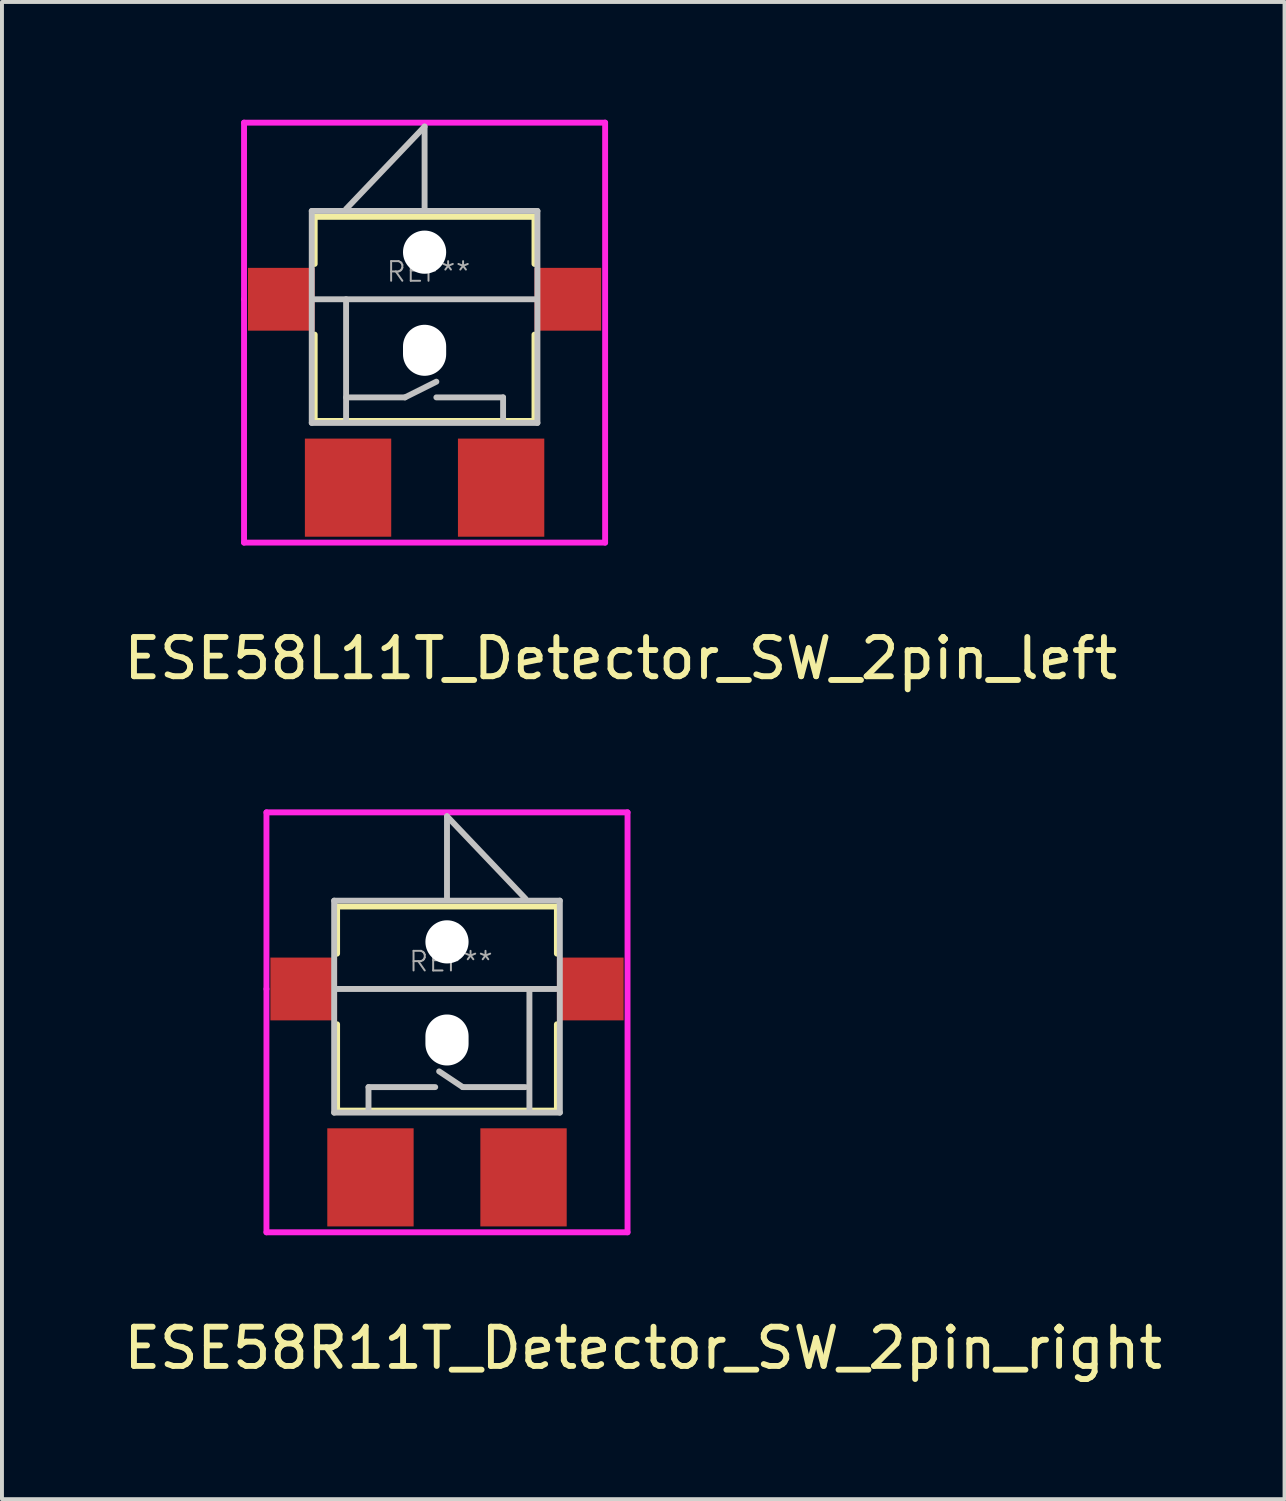
<source format=kicad_pcb>
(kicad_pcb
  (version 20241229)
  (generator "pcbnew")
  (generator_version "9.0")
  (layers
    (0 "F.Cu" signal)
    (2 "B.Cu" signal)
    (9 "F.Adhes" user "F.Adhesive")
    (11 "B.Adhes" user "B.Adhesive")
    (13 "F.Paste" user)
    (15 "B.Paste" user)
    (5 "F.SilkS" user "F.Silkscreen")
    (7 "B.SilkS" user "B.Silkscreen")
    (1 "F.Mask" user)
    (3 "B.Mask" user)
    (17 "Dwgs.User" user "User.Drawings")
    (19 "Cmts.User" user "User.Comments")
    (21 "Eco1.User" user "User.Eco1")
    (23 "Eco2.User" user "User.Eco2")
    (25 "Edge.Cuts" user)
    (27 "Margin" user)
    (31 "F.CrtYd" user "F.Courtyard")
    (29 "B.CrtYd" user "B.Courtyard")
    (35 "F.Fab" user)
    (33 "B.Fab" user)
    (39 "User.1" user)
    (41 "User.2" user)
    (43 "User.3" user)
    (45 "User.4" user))
  (footprint "ESE58R11T_Detector_SW_2pin_right"
    (layer "F.Cu")
    (at 8.339 22.148)
    (property "Reference" "ESE58R11T_Detector_SW_2pin_right" (at 5 9.15 0) (layer "F.SilkS") (effects (font (size 1 1) (thickness 0.15))))
    (attr smd)
    (fp_line (start -2.8 -2.1) (end 2.8 -2.1) (stroke (width 0.15) (type solid)) (layer "F.SilkS"))
    (fp_line (start -2.8 -0.9) (end -2.8 -2.1) (stroke (width 0.15) (type solid)) (layer "F.SilkS"))
    (fp_line (start -2.8 0.9) (end -2.8 3.1) (stroke (width 0.15) (type solid)) (layer "F.SilkS"))
    (fp_line (start -2.8 3.1) (end 2.8 3.1) (stroke (width 0.15) (type solid)) (layer "F.SilkS"))
    (fp_line (start 2.8 -0.9) (end 2.8 -2.1) (stroke (width 0.15) (type solid)) (layer "F.SilkS"))
    (fp_line (start 2.8 3.1) (end 2.8 0.9) (stroke (width 0.15) (type solid)) (layer "F.SilkS"))
    (fp_line (start -2.875 -2.25) (end 2.875 -2.25) (stroke (width 0.15) (type solid)) (layer "Dwgs.User"))
    (fp_line (start -2.875 3.15) (end -2.875 -2.25) (stroke (width 0.15) (type solid)) (layer "Dwgs.User"))
    (fp_line (start -2.8 0) (end 2.8 0) (stroke (width 0.15) (type solid)) (layer "Dwgs.User"))
    (fp_line (start -2 2.5) (end -0.3 2.5) (stroke (width 0.15) (type solid)) (layer "Dwgs.User"))
    (fp_line (start -2 3.1) (end -2 2.5) (stroke (width 0.15) (type solid)) (layer "Dwgs.User"))
    (fp_line (start -0.2 2.1) (end 0.4 2.5) (stroke (width 0.15) (type solid)) (layer "Dwgs.User"))
    (fp_line (start 0 -4.4) (end 0 -2.3) (stroke (width 0.15) (type solid)) (layer "Dwgs.User"))
    (fp_line (start 0 -4.4) (end 2 -2.3) (stroke (width 0.15) (type solid)) (layer "Dwgs.User"))
    (fp_line (start 0.4 2.5) (end 2 2.5) (stroke (width 0.15) (type solid)) (layer "Dwgs.User"))
    (fp_line (start 2.1 3.1) (end 2.1 0) (stroke (width 0.15) (type solid)) (layer "Dwgs.User"))
    (fp_line (start 2.875 -2.25) (end 2.875 3.15) (stroke (width 0.15) (type solid)) (layer "Dwgs.User"))
    (fp_line (start 2.875 3.15) (end -2.875 3.15) (stroke (width 0.15) (type solid)) (layer "Dwgs.User"))
    (fp_line (start -4.6 -4.5) (end -4.6 0) (stroke (width 0.15) (type solid)) (layer "F.CrtYd"))
    (fp_line (start -4.6 0) (end -4.6 6.2) (stroke (width 0.15) (type solid)) (layer "F.CrtYd"))
    (fp_line (start -4.6 6.2) (end 4.6 6.2) (stroke (width 0.15) (type solid)) (layer "F.CrtYd"))
    (fp_line (start 4.6 -4.5) (end -4.6 -4.5) (stroke (width 0.15) (type solid)) (layer "F.CrtYd"))
    (fp_line (start 4.6 6.2) (end 4.6 -4.5) (stroke (width 0.15) (type solid)) (layer "F.CrtYd"))
    (fp_text user "REF**" (at 0.1 -0.7 0) (layer "F.Fab") (effects (font (size 0.5 0.5) (thickness 0.05))))
    (pad "" np_thru_hole circle (at 0 -1.2) (size 1.1 1.1) (drill 1.1) (layers "*.Cu" "*.Mask"))
    (pad "" np_thru_hole oval (at 0 1.3) (size 1.1 1.3) (drill oval 1.1 1.3) (layers "*.Cu" "*.Mask"))
    (pad "1" smd rect (at -1.95 4.8) (size 2.2 2.5) (layers "F.Cu" "F.Mask" "F.Paste"))
    (pad "2" smd rect (at -3.65 0) (size 1.7 1.6) (layers "F.Cu" "F.Mask" "F.Paste"))
    (pad "2" smd rect (at 1.95 4.8) (size 2.2 2.5) (layers "F.Cu" "F.Mask" "F.Paste"))
    (pad "2" smd rect (at 3.65 0) (size 1.7 1.6) (layers "F.Cu" "F.Mask" "F.Paste")))
  (footprint "ESE58L11T_Detector_SW_2pin_left"
    (layer "F.Cu")
    (at 7.768 4.575)
    (property "Reference" "ESE58L11T_Detector_SW_2pin_left" (at 5 9.15 0) (layer "F.SilkS") (effects (font (size 1 1) (thickness 0.15))))
    (attr smd)
    (fp_line (start -2.8 -2.1) (end 2.8 -2.1) (stroke (width 0.15) (type solid)) (layer "F.SilkS"))
    (fp_line (start -2.8 -0.9) (end -2.8 -2.1) (stroke (width 0.15) (type solid)) (layer "F.SilkS"))
    (fp_line (start -2.8 3.1) (end -2.8 0.9) (stroke (width 0.15) (type solid)) (layer "F.SilkS"))
    (fp_line (start 2.8 -2.1) (end 2.8 -0.9) (stroke (width 0.15) (type solid)) (layer "F.SilkS"))
    (fp_line (start 2.8 0.9) (end 2.8 3.1) (stroke (width 0.15) (type solid)) (layer "F.SilkS"))
    (fp_line (start 2.8 3.1) (end -2.8 3.1) (stroke (width 0.15) (type solid)) (layer "F.SilkS"))
    (fp_line (start -2.875 -2.25) (end 2.875 -2.25) (stroke (width 0.15) (type solid)) (layer "Dwgs.User"))
    (fp_line (start -2.875 3.15) (end -2.875 -2.25) (stroke (width 0.15) (type solid)) (layer "Dwgs.User"))
    (fp_line (start -2.8 0) (end 2.8 0) (stroke (width 0.15) (type solid)) (layer "Dwgs.User"))
    (fp_line (start -2 -2.3) (end 0 -4.4) (stroke (width 0.15) (type solid)) (layer "Dwgs.User"))
    (fp_line (start -2 2.5) (end -0.5 2.5) (stroke (width 0.15) (type solid)) (layer "Dwgs.User"))
    (fp_line (start -2 3.1) (end -2 0) (stroke (width 0.15) (type solid)) (layer "Dwgs.User"))
    (fp_line (start -0.5 2.5) (end 0.3 2.1) (stroke (width 0.15) (type solid)) (layer "Dwgs.User"))
    (fp_line (start 0 -4.4) (end 0 -2.3) (stroke (width 0.15) (type solid)) (layer "Dwgs.User"))
    (fp_line (start 2 2.5) (end 0.3 2.5) (stroke (width 0.15) (type solid)) (layer "Dwgs.User"))
    (fp_line (start 2 3.1) (end 2 2.5) (stroke (width 0.15) (type solid)) (layer "Dwgs.User"))
    (fp_line (start 2.875 -2.25) (end 2.875 3.15) (stroke (width 0.15) (type solid)) (layer "Dwgs.User"))
    (fp_line (start 2.875 3.15) (end -2.875 3.15) (stroke (width 0.15) (type solid)) (layer "Dwgs.User"))
    (fp_line (start -4.6 -4.5) (end -4.6 0) (stroke (width 0.15) (type solid)) (layer "F.CrtYd"))
    (fp_line (start -4.6 0) (end -4.6 6.2) (stroke (width 0.15) (type solid)) (layer "F.CrtYd"))
    (fp_line (start -4.6 6.2) (end 4.6 6.2) (stroke (width 0.15) (type solid)) (layer "F.CrtYd"))
    (fp_line (start 4.6 -4.5) (end -4.6 -4.5) (stroke (width 0.15) (type solid)) (layer "F.CrtYd"))
    (fp_line (start 4.6 6.2) (end 4.6 -4.5) (stroke (width 0.15) (type solid)) (layer "F.CrtYd"))
    (fp_text user "REF**" (at 0.1 -0.7 0) (layer "F.Fab") (effects (font (size 0.5 0.5) (thickness 0.05))))
    (pad "" np_thru_hole circle (at 0 -1.2) (size 1.1 1.1) (drill 1.1) (layers "*.Cu" "*.Mask"))
    (pad "" np_thru_hole oval (at 0 1.3) (size 1.1 1.3) (drill oval 1.1 1.3) (layers "*.Cu" "*.Mask"))
    (pad "1" smd rect (at 1.95 4.8) (size 2.2 2.5) (layers "F.Cu" "F.Mask" "F.Paste"))
    (pad "2" smd rect (at -3.65 0) (size 1.7 1.6) (layers "F.Cu" "F.Mask" "F.Paste"))
    (pad "2" smd rect (at -1.95 4.8) (size 2.2 2.5) (layers "F.Cu" "F.Mask" "F.Paste"))
    (pad "2" smd rect (at 3.65 0) (size 1.7 1.6) (layers "F.Cu" "F.Mask" "F.Paste")))
  (gr_rect
    (start -3 -3)
    (end 29.679 35.147)
    (stroke (width 0.1) (type default))
    (fill no)
    (layer "Edge.Cuts")))
</source>
